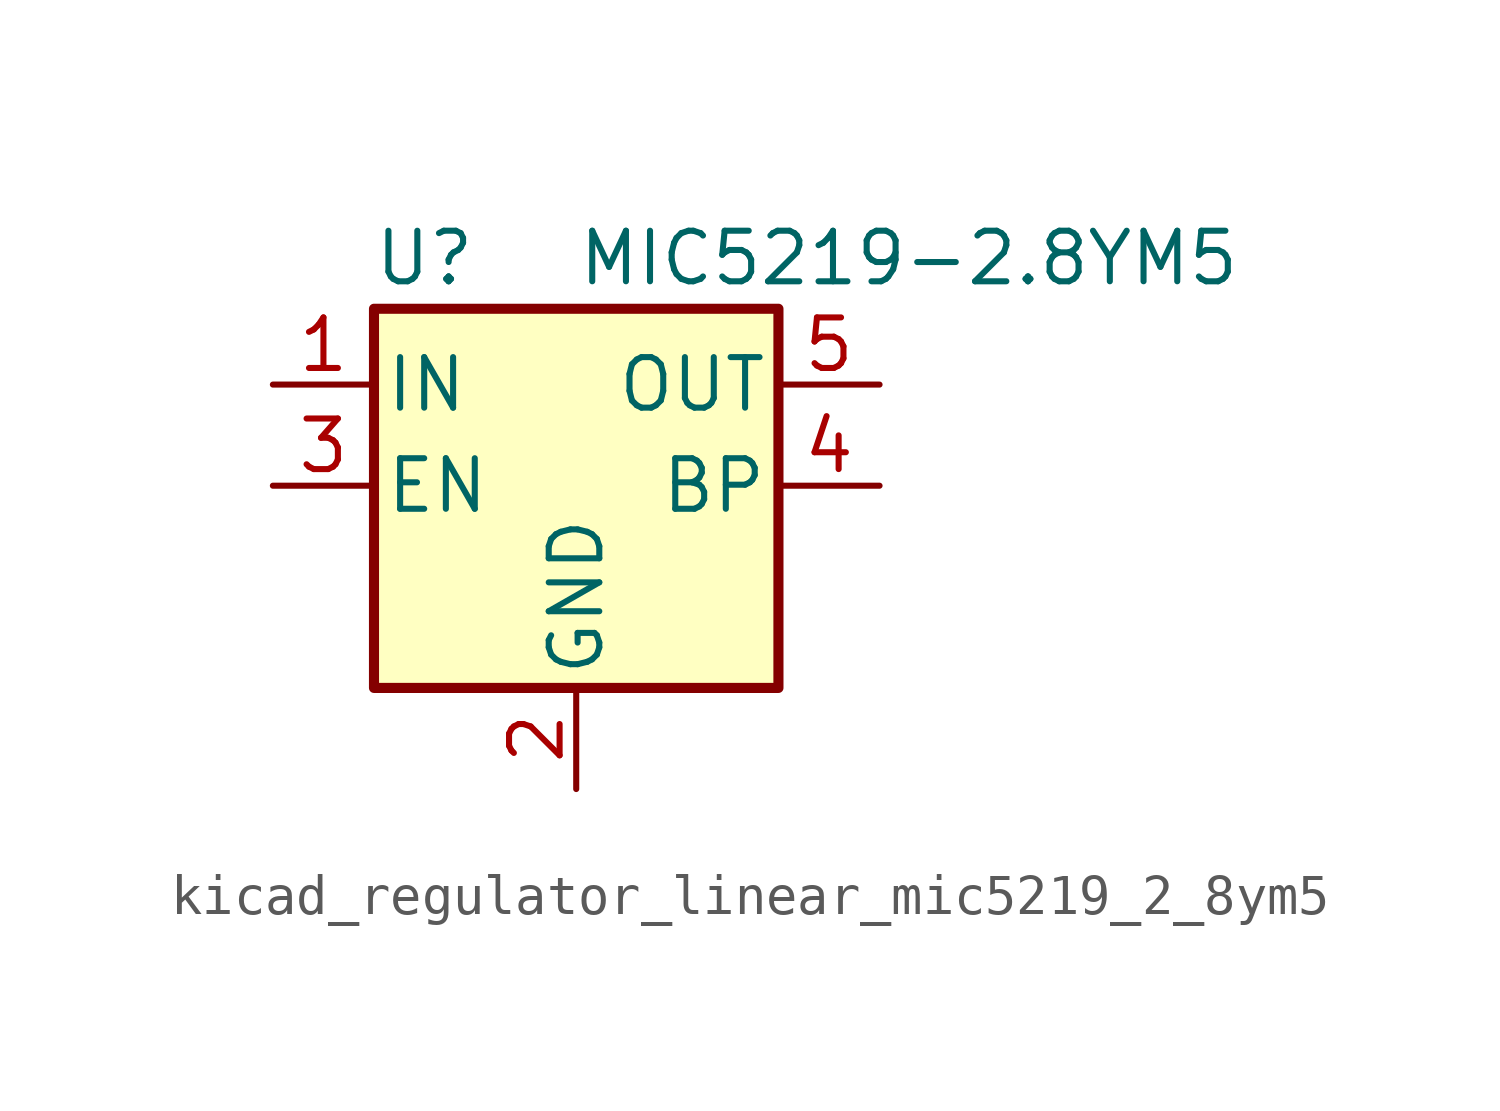
<source format=kicad_sym>
(kicad_symbol_lib
  (version 20220914)
  (generator kicad_symbol_editor)
  (symbol "kicad_regulator_linear_mic5219_2_8ym5"
    (pin_names
      (offset 0.254))
    (property "Reference" "U"
      (at -3.81 5.715 0)
      (effects (font (size 1.27 1.27))))
    (property "Value" "MIC5219-2.8YM5"
      (at 0 5.715 0)
      (effects (font (size 1.27 1.27)) (justify left)))
    (symbol "kicad_regulator_linear_mic5219_2_8ym5_0_1"
      (rectangle (start -5.08 4.445) (end 5.08 -5.08) (stroke (width 0.254) (type default)) (fill (type background))))
    (symbol "kicad_regulator_linear_mic5219_2_8ym5_1_1"
      (pin power_in line (at -7.62 2.54 0) (length 2.54) (name "IN" (effects (font (size 1.27 1.27)))) (number "1" (effects (font (size 1.27 1.27)))))
      (pin power_in line (at 0 -7.62 90) (length 2.54) (name "GND" (effects (font (size 1.27 1.27)))) (number "2" (effects (font (size 1.27 1.27)))))
      (pin input line (at -7.62 0 0) (length 2.54) (name "EN" (effects (font (size 1.27 1.27)))) (number "3" (effects (font (size 1.27 1.27)))))
      (pin input line (at 7.62 0 180) (length 2.54) (name "BP" (effects (font (size 1.27 1.27)))) (number "4" (effects (font (size 1.27 1.27)))))
      (pin power_out line (at 7.62 2.54 180) (length 2.54) (name "OUT" (effects (font (size 1.27 1.27)))) (number "5" (effects (font (size 1.27 1.27))))))))
</source>
